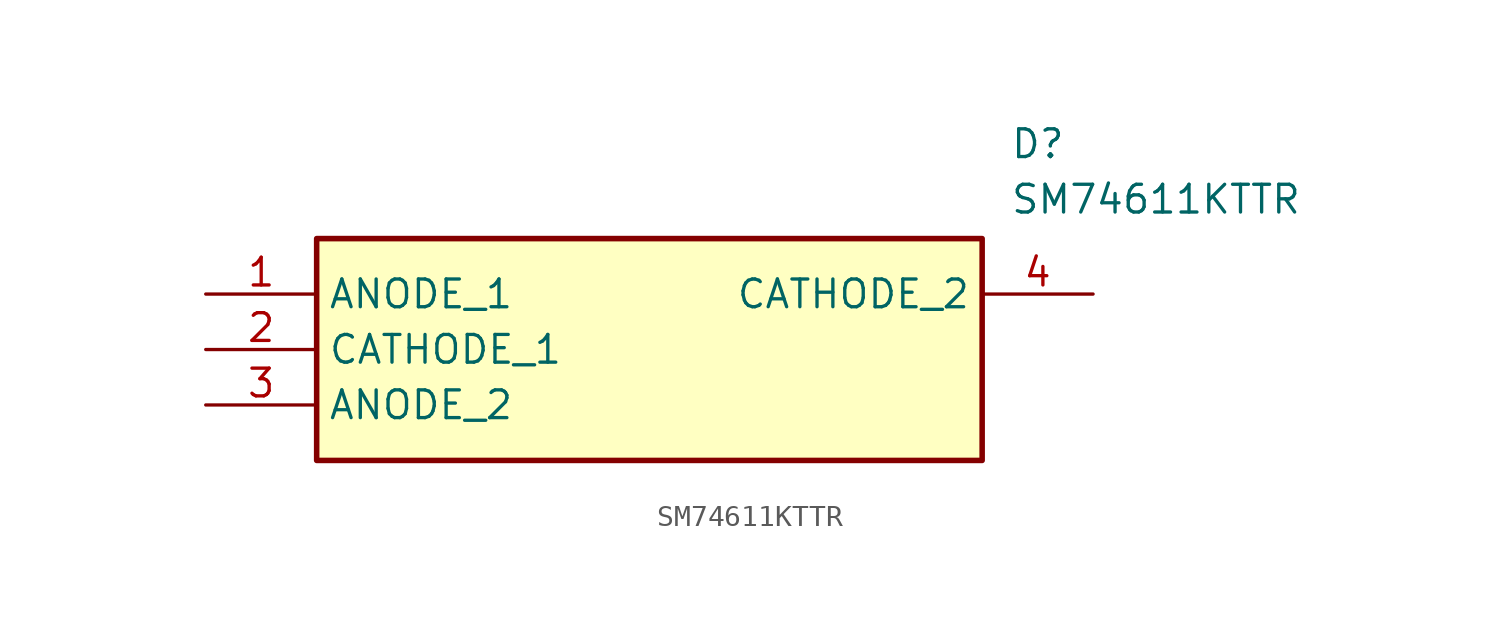
<source format=kicad_sym>
(kicad_symbol_lib
  (version 20211014)
  (generator SamacSys_ECAD_Model)
  (symbol "SM74611KTTR"
    (property "Reference" "D"
      (at 36.83 7.62 0)
      (effects (font (size 1.27 1.27)) (justify left top)))
    (property "Value" "SM74611KTTR"
      (at 36.83 5.08 0)
      (effects (font (size 1.27 1.27)) (justify left top)))
    (rectangle
      (start 5.08 2.54)
      (end 35.56 -7.62)
      (stroke (width 0.254) (type default))
      (fill (type background)))
    (pin passive line
      (at 0 0 0)
      (length 5.08)
      (name "ANODE_1" (effects (font (size 1.27 1.27))))
      (number "1" (effects (font (size 1.27 1.27)))))
    (pin passive line
      (at 0 -2.54 0)
      (length 5.08)
      (name "CATHODE_1" (effects (font (size 1.27 1.27))))
      (number "2" (effects (font (size 1.27 1.27)))))
    (pin passive line
      (at 0 -5.08 0)
      (length 5.08)
      (name "ANODE_2" (effects (font (size 1.27 1.27))))
      (number "3" (effects (font (size 1.27 1.27)))))
    (pin passive line
      (at 40.64 0 180)
      (length 5.08)
      (name "CATHODE_2" (effects (font (size 1.27 1.27))))
      (number "4" (effects (font (size 1.27 1.27)))))))
</source>
